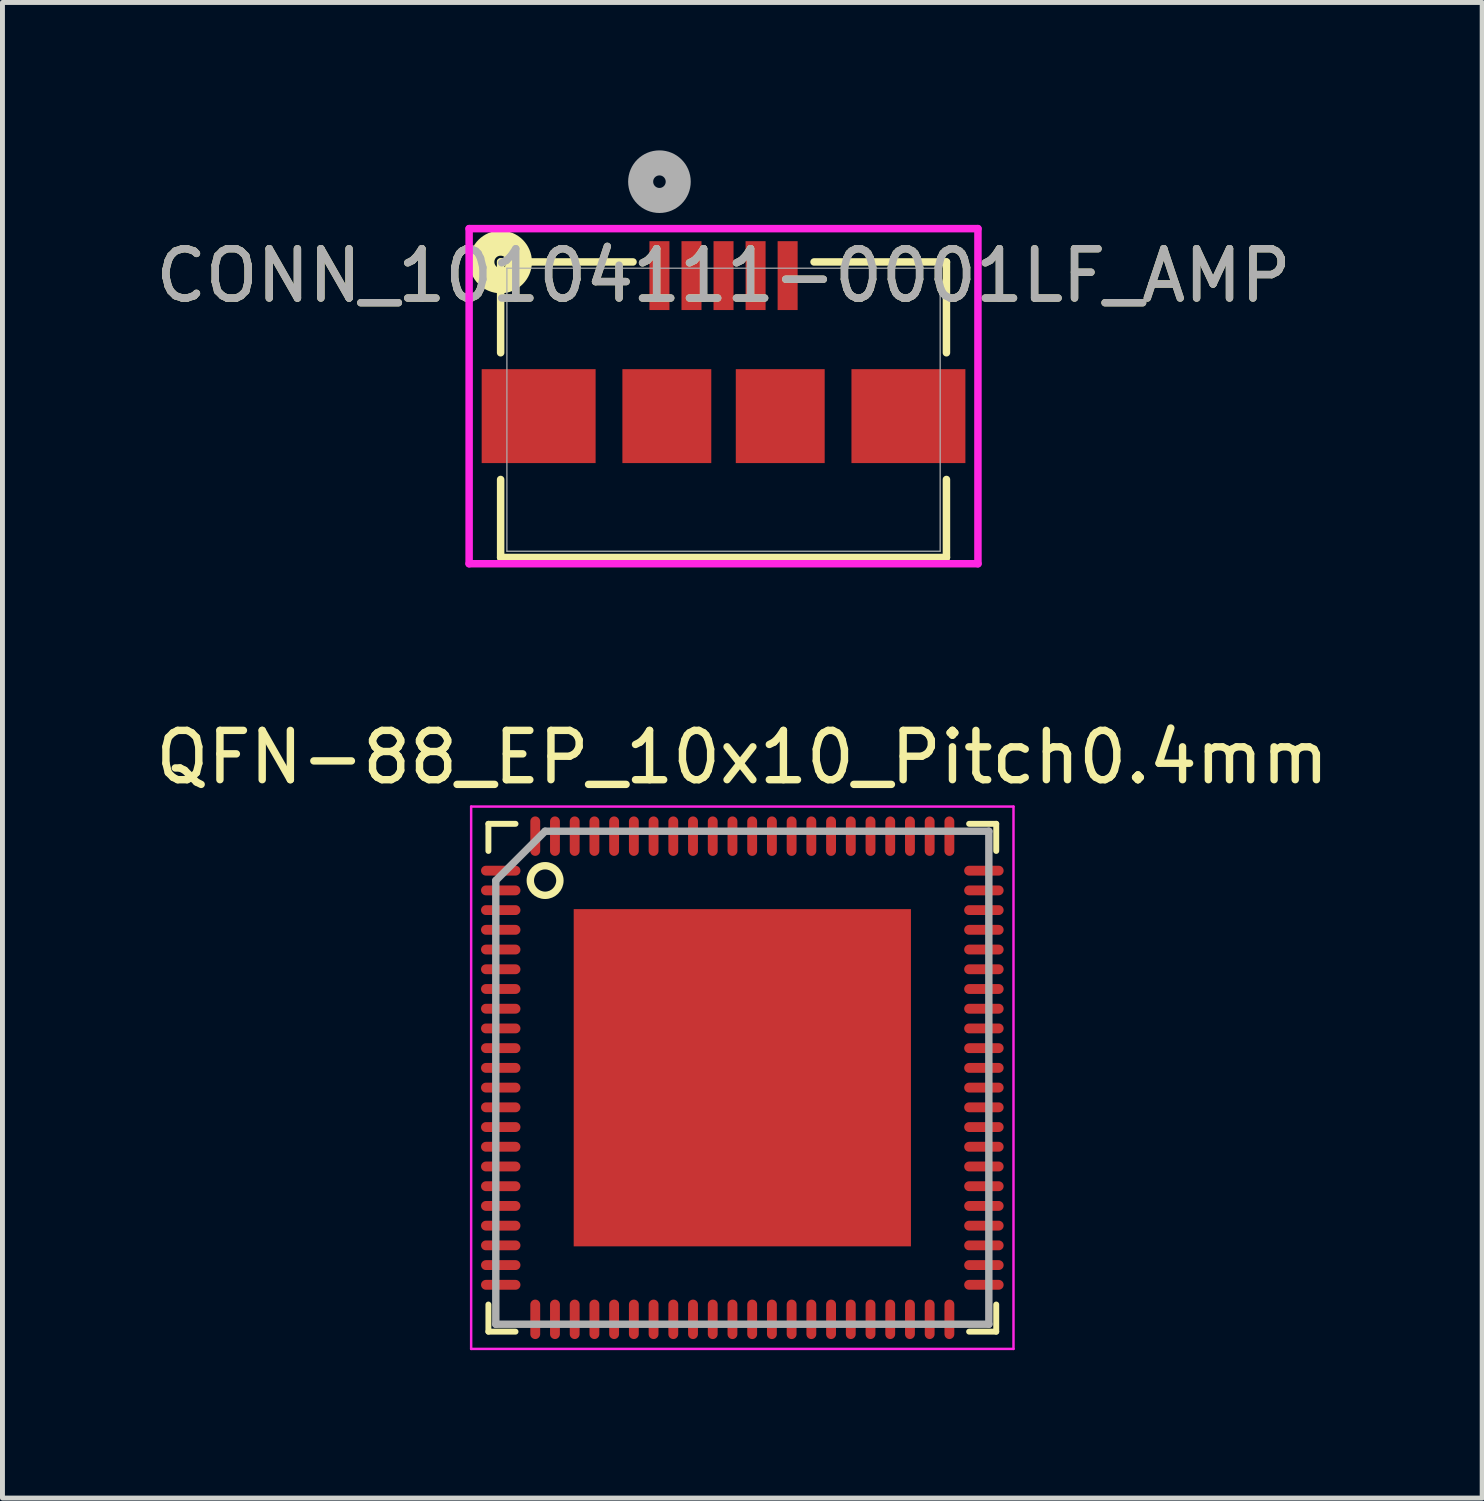
<source format=kicad_pcb>
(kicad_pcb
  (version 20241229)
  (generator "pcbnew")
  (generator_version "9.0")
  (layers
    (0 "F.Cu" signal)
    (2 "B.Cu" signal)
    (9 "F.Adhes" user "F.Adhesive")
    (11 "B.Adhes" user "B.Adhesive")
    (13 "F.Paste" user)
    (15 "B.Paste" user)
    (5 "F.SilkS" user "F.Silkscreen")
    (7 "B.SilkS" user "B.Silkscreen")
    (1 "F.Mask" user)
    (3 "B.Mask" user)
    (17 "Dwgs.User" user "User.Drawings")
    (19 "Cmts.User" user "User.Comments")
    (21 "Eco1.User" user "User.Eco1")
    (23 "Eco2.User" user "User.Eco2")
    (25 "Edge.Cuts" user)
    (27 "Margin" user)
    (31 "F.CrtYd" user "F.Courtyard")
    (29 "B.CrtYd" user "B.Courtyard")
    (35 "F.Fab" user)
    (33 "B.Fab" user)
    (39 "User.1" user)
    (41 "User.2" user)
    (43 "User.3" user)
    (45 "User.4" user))
  (footprint "CONN_10104111-0001LF_AMP"
    (layer "F.Cu")
    (at 11.625 5.26)
    (property "Reference" "CONN_10104111-0001LF_AMP" (at 0 -2.72 0) (unlocked yes) (layer "F.SilkS") (effects (font (size 1 1) (thickness 0.15))))
    (attr smd)
    (fp_line (start -4.521 -2.997) (end -4.521 -1.155) (stroke (width 0.152) (type solid)) (layer "F.SilkS"))
    (fp_line (start -4.521 1.415) (end -4.521 2.997) (stroke (width 0.152) (type solid)) (layer "F.SilkS"))
    (fp_line (start -4.521 2.997) (end 4.521 2.997) (stroke (width 0.152) (type solid)) (layer "F.SilkS"))
    (fp_line (start -1.836 -2.997) (end -4.521 -2.997) (stroke (width 0.152) (type solid)) (layer "F.SilkS"))
    (fp_line (start 4.521 -2.997) (end 1.836 -2.997) (stroke (width 0.152) (type solid)) (layer "F.SilkS"))
    (fp_line (start 4.521 -1.155) (end 4.521 -2.997) (stroke (width 0.152) (type solid)) (layer "F.SilkS"))
    (fp_line (start 4.521 2.997) (end 4.521 1.415) (stroke (width 0.152) (type solid)) (layer "F.SilkS"))
    (fp_circle (center -4.521 -2.997) (end -4.14 -2.997) (stroke (width 0.508) (type solid)) (fill no) (layer "F.SilkS"))
    (fp_line (start -5.16 -3.673) (end -5.16 3.124) (stroke (width 0.152) (type solid)) (layer "F.CrtYd"))
    (fp_line (start -5.16 3.124) (end 5.16 3.124) (stroke (width 0.152) (type solid)) (layer "F.CrtYd"))
    (fp_line (start 5.16 -3.673) (end -5.16 -3.673) (stroke (width 0.152) (type solid)) (layer "F.CrtYd"))
    (fp_line (start 5.16 3.124) (end 5.16 -3.673) (stroke (width 0.152) (type solid)) (layer "F.CrtYd"))
    (fp_line (start -4.394 -2.87) (end -4.394 2.87) (stroke (width 0.025) (type solid)) (layer "F.Fab"))
    (fp_line (start -4.394 2.87) (end 4.394 2.87) (stroke (width 0.025) (type solid)) (layer "F.Fab"))
    (fp_line (start 4.394 -2.87) (end -4.394 -2.87) (stroke (width 0.025) (type solid)) (layer "F.Fab"))
    (fp_line (start 4.394 2.87) (end 4.394 -2.87) (stroke (width 0.025) (type solid)) (layer "F.Fab"))
    (fp_circle (center -1.3 -4.625) (end -0.919 -4.625) (stroke (width 0.508) (type solid)) (fill no) (layer "F.Fab"))
    (fp_text user "${REFERENCE}" (at 0 -2.72 0) (unlocked yes) (layer "F.Fab") (effects (font (size 1 1) (thickness 0.15))))
    (pad "1" smd rect (at -1.3 -2.72) (size 0.406 1.397) (layers "F.Cu" "F.Mask" "F.Paste"))
    (pad "2" smd rect (at -0.65 -2.72) (size 0.406 1.397) (layers "F.Cu" "F.Mask" "F.Paste"))
    (pad "3" smd rect (at 0 -2.72) (size 0.406 1.397) (layers "F.Cu" "F.Mask" "F.Paste"))
    (pad "4" smd rect (at 0.65 -2.72) (size 0.406 1.397) (layers "F.Cu" "F.Mask" "F.Paste"))
    (pad "5" smd rect (at 1.3 -2.72) (size 0.406 1.397) (layers "F.Cu" "F.Mask" "F.Paste"))
    (pad "6" smd rect (at -3.75 0.13) (size 2.311 1.905) (layers "F.Cu" "F.Mask" "F.Paste"))
    (pad "6" smd rect (at -1.15 0.13) (size 1.803 1.905) (layers "F.Cu" "F.Mask" "F.Paste"))
    (pad "6" smd rect (at 1.15 0.13) (size 1.803 1.905) (layers "F.Cu" "F.Mask" "F.Paste"))
    (pad "6" smd rect (at 3.75 0.13) (size 2.311 1.905) (layers "F.Cu" "F.Mask" "F.Paste")))
  (footprint "QFN-88_EP_10x10_Pitch0.4mm"
    (layer "F.Cu")
    (at 12.006 18.809)
    (property "Reference" "QFN-88_EP_10x10_Pitch0.4mm" (at 0 -6.5 0) (layer "F.SilkS") (effects (font (size 1 1) (thickness 0.15))))
    (attr smd)
    (fp_line (start -5.15 -4.6) (end -5.15 -5.15) (stroke (width 0.12) (type solid)) (layer "F.SilkS"))
    (fp_line (start -5.15 5.15) (end -5.15 4.6) (stroke (width 0.12) (type solid)) (layer "F.SilkS"))
    (fp_line (start -4.6 -5.15) (end -5.15 -5.15) (stroke (width 0.12) (type solid)) (layer "F.SilkS"))
    (fp_line (start -4.6 5.15) (end -5.15 5.15) (stroke (width 0.12) (type solid)) (layer "F.SilkS"))
    (fp_line (start 4.6 -5.15) (end 5.15 -5.15) (stroke (width 0.12) (type solid)) (layer "F.SilkS"))
    (fp_line (start 4.6 5.15) (end 5.15 5.15) (stroke (width 0.12) (type solid)) (layer "F.SilkS"))
    (fp_line (start 5.15 -5.15) (end 5.15 -4.6) (stroke (width 0.12) (type solid)) (layer "F.SilkS"))
    (fp_line (start 5.15 5.15) (end 5.15 4.6) (stroke (width 0.12) (type solid)) (layer "F.SilkS"))
    (fp_circle (center -4 -4) (end -3.7 -4) (stroke (width 0.15) (type solid)) (fill no) (layer "F.SilkS"))
    (fp_line (start -5.5 -5.5) (end 5.5 -5.5) (stroke (width 0.05) (type solid)) (layer "F.CrtYd"))
    (fp_line (start -5.5 5.5) (end -5.5 -5.5) (stroke (width 0.05) (type solid)) (layer "F.CrtYd"))
    (fp_line (start 5.5 -5.5) (end 5.5 5.5) (stroke (width 0.05) (type solid)) (layer "F.CrtYd"))
    (fp_line (start 5.5 5.5) (end -5.5 5.5) (stroke (width 0.05) (type solid)) (layer "F.CrtYd"))
    (fp_line (start -5 -4) (end -5 5) (stroke (width 0.15) (type solid)) (layer "F.Fab"))
    (fp_line (start -5 5) (end 5 5) (stroke (width 0.15) (type solid)) (layer "F.Fab"))
    (fp_line (start -4 -5) (end -5 -4) (stroke (width 0.15) (type solid)) (layer "F.Fab"))
    (fp_line (start 5 -5) (end -4 -5) (stroke (width 0.15) (type solid)) (layer "F.Fab"))
    (fp_line (start 5 5) (end 5 -5) (stroke (width 0.15) (type solid)) (layer "F.Fab"))
    (pad "1" smd oval (at -4.9 -4.2 90) (size 0.2 0.8) (layers "F.Cu" "F.Mask" "F.Paste"))
    (pad "2" smd oval (at -4.9 -3.8 90) (size 0.2 0.8) (layers "F.Cu" "F.Mask" "F.Paste"))
    (pad "3" smd oval (at -4.9 -3.4 90) (size 0.2 0.8) (layers "F.Cu" "F.Mask" "F.Paste"))
    (pad "4" smd oval (at -4.9 -3 90) (size 0.2 0.8) (layers "F.Cu" "F.Mask" "F.Paste"))
    (pad "5" smd oval (at -4.9 -2.6 90) (size 0.2 0.8) (layers "F.Cu" "F.Mask" "F.Paste"))
    (pad "6" smd oval (at -4.9 -2.2 90) (size 0.2 0.8) (layers "F.Cu" "F.Mask" "F.Paste"))
    (pad "7" smd oval (at -4.9 -1.8 90) (size 0.2 0.8) (layers "F.Cu" "F.Mask" "F.Paste"))
    (pad "8" smd oval (at -4.9 -1.4 90) (size 0.2 0.8) (layers "F.Cu" "F.Mask" "F.Paste"))
    (pad "9" smd oval (at -4.9 -1 90) (size 0.2 0.8) (layers "F.Cu" "F.Mask" "F.Paste"))
    (pad "10" smd oval (at -4.9 -0.6 90) (size 0.2 0.8) (layers "F.Cu" "F.Mask" "F.Paste"))
    (pad "11" smd oval (at -4.9 -0.2 90) (size 0.2 0.8) (layers "F.Cu" "F.Mask" "F.Paste"))
    (pad "12" smd oval (at -4.9 0.2 90) (size 0.2 0.8) (layers "F.Cu" "F.Mask" "F.Paste"))
    (pad "13" smd oval (at -4.9 0.6 90) (size 0.2 0.8) (layers "F.Cu" "F.Mask" "F.Paste"))
    (pad "14" smd oval (at -4.9 1 90) (size 0.2 0.8) (layers "F.Cu" "F.Mask" "F.Paste"))
    (pad "15" smd oval (at -4.9 1.4 90) (size 0.2 0.8) (layers "F.Cu" "F.Mask" "F.Paste"))
    (pad "16" smd oval (at -4.9 1.8 90) (size 0.2 0.8) (layers "F.Cu" "F.Mask" "F.Paste"))
    (pad "17" smd oval (at -4.9 2.2 90) (size 0.2 0.8) (layers "F.Cu" "F.Mask" "F.Paste"))
    (pad "18" smd oval (at -4.9 2.6 90) (size 0.2 0.8) (layers "F.Cu" "F.Mask" "F.Paste"))
    (pad "19" smd oval (at -4.9 3 90) (size 0.2 0.8) (layers "F.Cu" "F.Mask" "F.Paste"))
    (pad "20" smd oval (at -4.9 3.4 90) (size 0.2 0.8) (layers "F.Cu" "F.Mask" "F.Paste"))
    (pad "21" smd oval (at -4.9 3.8 90) (size 0.2 0.8) (layers "F.Cu" "F.Mask" "F.Paste"))
    (pad "22" smd oval (at -4.9 4.2 90) (size 0.2 0.8) (layers "F.Cu" "F.Mask" "F.Paste"))
    (pad "23" smd oval (at -4.2 4.9) (size 0.2 0.8) (layers "F.Cu" "F.Mask" "F.Paste"))
    (pad "24" smd oval (at -3.8 4.9) (size 0.2 0.8) (layers "F.Cu" "F.Mask" "F.Paste"))
    (pad "25" smd oval (at -3.4 4.9) (size 0.2 0.8) (layers "F.Cu" "F.Mask" "F.Paste"))
    (pad "26" smd oval (at -3 4.9) (size 0.2 0.8) (layers "F.Cu" "F.Mask" "F.Paste"))
    (pad "27" smd oval (at -2.6 4.9) (size 0.2 0.8) (layers "F.Cu" "F.Mask" "F.Paste"))
    (pad "28" smd oval (at -2.2 4.9) (size 0.2 0.8) (layers "F.Cu" "F.Mask" "F.Paste"))
    (pad "29" smd oval (at -1.8 4.9) (size 0.2 0.8) (layers "F.Cu" "F.Mask" "F.Paste"))
    (pad "30" smd oval (at -1.4 4.9) (size 0.2 0.8) (layers "F.Cu" "F.Mask" "F.Paste"))
    (pad "31" smd oval (at -1 4.9) (size 0.2 0.8) (layers "F.Cu" "F.Mask" "F.Paste"))
    (pad "32" smd oval (at -0.6 4.9) (size 0.2 0.8) (layers "F.Cu" "F.Mask" "F.Paste"))
    (pad "33" smd oval (at -0.2 4.9) (size 0.2 0.8) (layers "F.Cu" "F.Mask" "F.Paste"))
    (pad "34" smd oval (at 0.2 4.9) (size 0.2 0.8) (layers "F.Cu" "F.Mask" "F.Paste"))
    (pad "35" smd oval (at 0.6 4.9) (size 0.2 0.8) (layers "F.Cu" "F.Mask" "F.Paste"))
    (pad "36" smd oval (at 1 4.9) (size 0.2 0.8) (layers "F.Cu" "F.Mask" "F.Paste"))
    (pad "37" smd oval (at 1.4 4.9) (size 0.2 0.8) (layers "F.Cu" "F.Mask" "F.Paste"))
    (pad "38" smd oval (at 1.8 4.9) (size 0.2 0.8) (layers "F.Cu" "F.Mask" "F.Paste"))
    (pad "39" smd oval (at 2.2 4.9) (size 0.2 0.8) (layers "F.Cu" "F.Mask" "F.Paste"))
    (pad "40" smd oval (at 2.6 4.9) (size 0.2 0.8) (layers "F.Cu" "F.Mask" "F.Paste"))
    (pad "41" smd oval (at 3 4.9) (size 0.2 0.8) (layers "F.Cu" "F.Mask" "F.Paste"))
    (pad "42" smd oval (at 3.4 4.9) (size 0.2 0.8) (layers "F.Cu" "F.Mask" "F.Paste"))
    (pad "43" smd oval (at 3.8 4.9) (size 0.2 0.8) (layers "F.Cu" "F.Mask" "F.Paste"))
    (pad "44" smd oval (at 4.2 4.9) (size 0.2 0.8) (layers "F.Cu" "F.Mask" "F.Paste"))
    (pad "45" smd oval (at 4.9 4.2 90) (size 0.2 0.8) (layers "F.Cu" "F.Mask" "F.Paste"))
    (pad "46" smd oval (at 4.9 3.8 90) (size 0.2 0.8) (layers "F.Cu" "F.Mask" "F.Paste"))
    (pad "47" smd oval (at 4.9 3.4 90) (size 0.2 0.8) (layers "F.Cu" "F.Mask" "F.Paste"))
    (pad "48" smd oval (at 4.9 3 90) (size 0.2 0.8) (layers "F.Cu" "F.Mask" "F.Paste"))
    (pad "49" smd oval (at 4.9 2.6 90) (size 0.2 0.8) (layers "F.Cu" "F.Mask" "F.Paste"))
    (pad "50" smd oval (at 4.9 2.2 90) (size 0.2 0.8) (layers "F.Cu" "F.Mask" "F.Paste"))
    (pad "51" smd oval (at 4.9 1.8 90) (size 0.2 0.8) (layers "F.Cu" "F.Mask" "F.Paste"))
    (pad "52" smd oval (at 4.9 1.4 90) (size 0.2 0.8) (layers "F.Cu" "F.Mask" "F.Paste"))
    (pad "53" smd oval (at 4.9 1 90) (size 0.2 0.8) (layers "F.Cu" "F.Mask" "F.Paste"))
    (pad "54" smd oval (at 4.9 0.6 90) (size 0.2 0.8) (layers "F.Cu" "F.Mask" "F.Paste"))
    (pad "55" smd oval (at 4.9 0.2 90) (size 0.2 0.8) (layers "F.Cu" "F.Mask" "F.Paste"))
    (pad "56" smd oval (at 4.9 -0.2 90) (size 0.2 0.8) (layers "F.Cu" "F.Mask" "F.Paste"))
    (pad "57" smd oval (at 4.9 -0.6 90) (size 0.2 0.8) (layers "F.Cu" "F.Mask" "F.Paste"))
    (pad "58" smd oval (at 4.9 -1 90) (size 0.2 0.8) (layers "F.Cu" "F.Mask" "F.Paste"))
    (pad "59" smd oval (at 4.9 -1.4 90) (size 0.2 0.8) (layers "F.Cu" "F.Mask" "F.Paste"))
    (pad "60" smd oval (at 4.9 -1.8 90) (size 0.2 0.8) (layers "F.Cu" "F.Mask" "F.Paste"))
    (pad "61" smd oval (at 4.9 -2.2 90) (size 0.2 0.8) (layers "F.Cu" "F.Mask" "F.Paste"))
    (pad "62" smd oval (at 4.9 -2.6 90) (size 0.2 0.8) (layers "F.Cu" "F.Mask" "F.Paste"))
    (pad "63" smd oval (at 4.9 -3 90) (size 0.2 0.8) (layers "F.Cu" "F.Mask" "F.Paste"))
    (pad "64" smd oval (at 4.9 -3.4 90) (size 0.2 0.8) (layers "F.Cu" "F.Mask" "F.Paste"))
    (pad "65" smd oval (at 4.9 -3.8 90) (size 0.2 0.8) (layers "F.Cu" "F.Mask" "F.Paste"))
    (pad "66" smd oval (at 4.9 -4.2 90) (size 0.2 0.8) (layers "F.Cu" "F.Mask" "F.Paste"))
    (pad "67" smd oval (at 4.2 -4.9) (size 0.2 0.8) (layers "F.Cu" "F.Mask" "F.Paste"))
    (pad "68" smd oval (at 3.8 -4.9) (size 0.2 0.8) (layers "F.Cu" "F.Mask" "F.Paste"))
    (pad "69" smd oval (at 3.4 -4.9) (size 0.2 0.8) (layers "F.Cu" "F.Mask" "F.Paste"))
    (pad "70" smd oval (at 3 -4.9) (size 0.2 0.8) (layers "F.Cu" "F.Mask" "F.Paste"))
    (pad "71" smd oval (at 2.6 -4.9) (size 0.2 0.8) (layers "F.Cu" "F.Mask" "F.Paste"))
    (pad "72" smd oval (at 2.2 -4.9) (size 0.2 0.8) (layers "F.Cu" "F.Mask" "F.Paste"))
    (pad "73" smd oval (at 1.8 -4.9) (size 0.2 0.8) (layers "F.Cu" "F.Mask" "F.Paste"))
    (pad "74" smd oval (at 1.4 -4.9) (size 0.2 0.8) (layers "F.Cu" "F.Mask" "F.Paste"))
    (pad "75" smd oval (at 1 -4.9) (size 0.2 0.8) (layers "F.Cu" "F.Mask" "F.Paste"))
    (pad "76" smd oval (at 0.6 -4.9) (size 0.2 0.8) (layers "F.Cu" "F.Mask" "F.Paste"))
    (pad "77" smd oval (at 0.2 -4.9) (size 0.2 0.8) (layers "F.Cu" "F.Mask" "F.Paste"))
    (pad "78" smd oval (at -0.2 -4.9) (size 0.2 0.8) (layers "F.Cu" "F.Mask" "F.Paste"))
    (pad "79" smd oval (at -0.6 -4.9) (size 0.2 0.8) (layers "F.Cu" "F.Mask" "F.Paste"))
    (pad "80" smd oval (at -1 -4.9) (size 0.2 0.8) (layers "F.Cu" "F.Mask" "F.Paste"))
    (pad "81" smd oval (at -1.4 -4.9) (size 0.2 0.8) (layers "F.Cu" "F.Mask" "F.Paste"))
    (pad "82" smd oval (at -1.8 -4.9) (size 0.2 0.8) (layers "F.Cu" "F.Mask" "F.Paste"))
    (pad "83" smd oval (at -2.2 -4.9) (size 0.2 0.8) (layers "F.Cu" "F.Mask" "F.Paste"))
    (pad "84" smd oval (at -2.6 -4.9) (size 0.2 0.8) (layers "F.Cu" "F.Mask" "F.Paste"))
    (pad "85" smd oval (at -3 -4.9) (size 0.2 0.8) (layers "F.Cu" "F.Mask" "F.Paste"))
    (pad "86" smd oval (at -3.4 -4.9) (size 0.2 0.8) (layers "F.Cu" "F.Mask" "F.Paste"))
    (pad "87" smd oval (at -3.8 -4.9) (size 0.2 0.8) (layers "F.Cu" "F.Mask" "F.Paste"))
    (pad "88" smd oval (at -4.2 -4.9) (size 0.2 0.8) (layers "F.Cu" "F.Mask" "F.Paste"))
    (pad "89" smd rect (at 0 0) (size 6.84 6.84) (layers "F.Cu" "F.Mask" "F.Paste")))
  (gr_rect
    (start -3 -3)
    (end 27.012 27.334)
    (stroke (width 0.1) (type default))
    (fill no)
    (layer "Edge.Cuts")))
</source>
